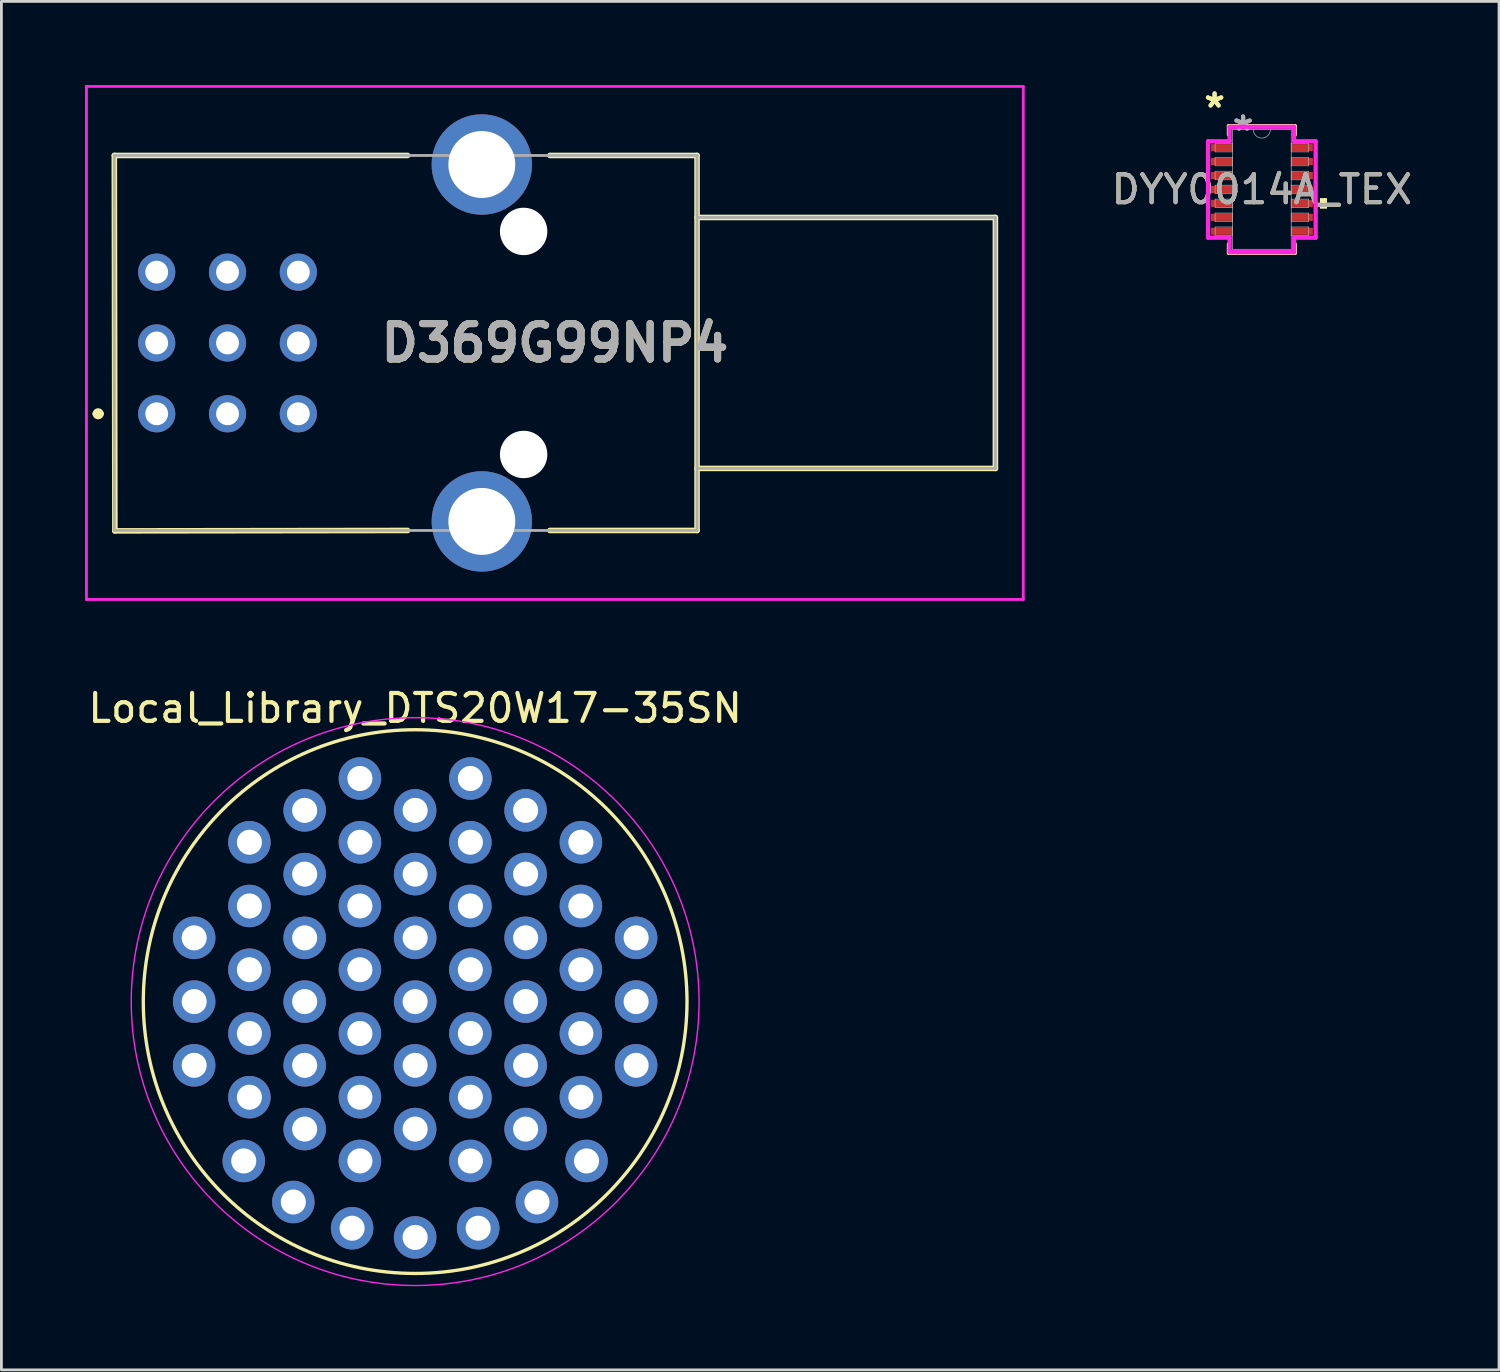
<source format=kicad_pcb>
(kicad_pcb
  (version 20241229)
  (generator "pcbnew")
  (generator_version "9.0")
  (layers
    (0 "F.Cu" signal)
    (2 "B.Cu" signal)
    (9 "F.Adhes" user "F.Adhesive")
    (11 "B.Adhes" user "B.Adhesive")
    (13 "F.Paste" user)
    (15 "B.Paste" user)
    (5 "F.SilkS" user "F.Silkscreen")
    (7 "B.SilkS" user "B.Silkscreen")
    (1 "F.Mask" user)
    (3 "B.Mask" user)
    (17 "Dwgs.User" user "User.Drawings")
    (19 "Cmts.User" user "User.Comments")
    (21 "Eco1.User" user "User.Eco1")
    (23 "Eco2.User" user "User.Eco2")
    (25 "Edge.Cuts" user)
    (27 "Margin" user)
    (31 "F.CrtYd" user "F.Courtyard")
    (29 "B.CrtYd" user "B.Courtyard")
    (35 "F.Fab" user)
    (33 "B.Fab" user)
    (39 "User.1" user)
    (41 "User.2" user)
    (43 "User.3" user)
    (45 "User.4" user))
  (footprint "D369G99NP4"
    (layer "F.Cu")
    (at 2.57 11.79)
    (property "Reference" "D369G99NP4" (at 14.28 -2.54 0) (layer "F.SilkS") (effects (font (size 1.27 1.27) (thickness 0.254))))
    (attr through_hole)
    (fp_line (start -2.2 0) (end -2.2 0) (stroke (width 0.2) (type solid)) (layer "F.SilkS"))
    (fp_line (start -2 0) (end -2 0) (stroke (width 0.2) (type solid)) (layer "F.SilkS"))
    (fp_line (start -1.52 -9.265) (end -1.5 4.2) (stroke (width 0.2) (type solid)) (layer "F.SilkS"))
    (fp_line (start -1.5 4.2) (end 9 4.185) (stroke (width 0.2) (type solid)) (layer "F.SilkS"))
    (fp_line (start 9 -9.265) (end -1.52 -9.265) (stroke (width 0.2) (type solid)) (layer "F.SilkS"))
    (fp_line (start 14.1 -9.265) (end 19.38 -9.265) (stroke (width 0.2) (type solid)) (layer "F.SilkS"))
    (fp_line (start 19.38 -9.265) (end 19.38 4.185) (stroke (width 0.2) (type solid)) (layer "F.SilkS"))
    (fp_line (start 19.38 -7.04) (end 30.08 -7.04) (stroke (width 0.2) (type solid)) (layer "F.SilkS"))
    (fp_line (start 19.38 4.185) (end 14.1 4.185) (stroke (width 0.2) (type solid)) (layer "F.SilkS"))
    (fp_line (start 30.08 -7.04) (end 30.08 1.96) (stroke (width 0.2) (type solid)) (layer "F.SilkS"))
    (fp_line (start 30.08 1.96) (end 19.38 1.96) (stroke (width 0.2) (type solid)) (layer "F.SilkS"))
    (fp_arc (start -2.2 0) (mid -2.1 -0.1) (end -2 0) (stroke (width 0.2) (type solid)) (layer "F.SilkS"))
    (fp_arc (start -2 0) (mid -2.1 0.1) (end -2.2 0) (stroke (width 0.2) (type solid)) (layer "F.SilkS"))
    (fp_line (start -2.52 -11.74) (end 31.08 -11.74) (stroke (width 0.1) (type solid)) (layer "F.CrtYd"))
    (fp_line (start -2.52 6.66) (end -2.52 -11.74) (stroke (width 0.1) (type solid)) (layer "F.CrtYd"))
    (fp_line (start 31.08 -11.74) (end 31.08 6.66) (stroke (width 0.1) (type solid)) (layer "F.CrtYd"))
    (fp_line (start 31.08 6.66) (end -2.52 6.66) (stroke (width 0.1) (type solid)) (layer "F.CrtYd"))
    (fp_line (start -1.52 -9.265) (end 19.38 -9.265) (stroke (width 0.1) (type solid)) (layer "F.Fab"))
    (fp_line (start -1.52 4.185) (end -1.52 -9.265) (stroke (width 0.1) (type solid)) (layer "F.Fab"))
    (fp_line (start 19.38 -9.265) (end 19.38 4.185) (stroke (width 0.1) (type solid)) (layer "F.Fab"))
    (fp_line (start 19.38 -7.04) (end 30.08 -7.04) (stroke (width 0.1) (type solid)) (layer "F.Fab"))
    (fp_line (start 19.38 4.185) (end -1.52 4.185) (stroke (width 0.1) (type solid)) (layer "F.Fab"))
    (fp_line (start 30.08 -7.04) (end 30.08 1.96) (stroke (width 0.1) (type solid)) (layer "F.Fab"))
    (fp_line (start 30.08 1.96) (end 19.38 1.96) (stroke (width 0.1) (type solid)) (layer "F.Fab"))
    (fp_text user "${REFERENCE}" (at 14.28 -2.54 0) (layer "F.Fab") (effects (font (size 1.27 1.27) (thickness 0.254))))
    (pad "" np_thru_hole circle (at 13.16 -6.54) (size 1.7 1.7) (drill 1.7) (layers "*.Cu" "*.Mask"))
    (pad "" np_thru_hole circle (at 13.16 1.46) (size 1.7 1.7) (drill 1.7) (layers "*.Cu" "*.Mask"))
    (pad "1" thru_hole circle (at 0 0) (size 1.333 1.333) (drill 0.82) (layers "*.Cu" "*.Mask"))
    (pad "2" thru_hole circle (at 0 -2.54) (size 1.333 1.333) (drill 0.82) (layers "*.Cu" "*.Mask"))
    (pad "3" thru_hole circle (at 0 -5.08) (size 1.333 1.333) (drill 0.82) (layers "*.Cu" "*.Mask"))
    (pad "4" thru_hole circle (at 2.54 0) (size 1.333 1.333) (drill 0.82) (layers "*.Cu" "*.Mask"))
    (pad "5" thru_hole circle (at 2.54 -2.54) (size 1.333 1.333) (drill 0.82) (layers "*.Cu" "*.Mask"))
    (pad "6" thru_hole circle (at 2.54 -5.08) (size 1.333 1.333) (drill 0.82) (layers "*.Cu" "*.Mask"))
    (pad "7" thru_hole circle (at 5.08 0) (size 1.333 1.333) (drill 0.82) (layers "*.Cu" "*.Mask"))
    (pad "8" thru_hole circle (at 5.08 -2.54) (size 1.333 1.333) (drill 0.82) (layers "*.Cu" "*.Mask"))
    (pad "9" thru_hole circle (at 5.08 -5.08) (size 1.333 1.333) (drill 0.82) (layers "*.Cu" "*.Mask"))
    (pad "MH1" thru_hole circle (at 11.66 3.86) (size 3.6 3.6) (drill 2.4) (layers "*.Cu" "*.Mask"))
    (pad "MH2" thru_hole circle (at 11.66 -8.94) (size 3.6 3.6) (drill 2.4) (layers "*.Cu" "*.Mask")))
  (footprint "DYY0014A_TEX"
    (layer "F.Cu")
    (at 42.206 3.745)
    (property "Reference" "DYY0014A_TEX" (at 0 0 0) (unlocked yes) (layer "F.SilkS") (effects (font (size 1 1) (thickness 0.15))))
    (attr smd)
    (fp_line (start -1.181 -2.273) (end -1.181 -1.96) (stroke (width 0.152) (type solid)) (layer "F.SilkS"))
    (fp_line (start -1.181 1.96) (end -1.181 2.273) (stroke (width 0.152) (type solid)) (layer "F.SilkS"))
    (fp_line (start -1.181 2.273) (end 1.181 2.273) (stroke (width 0.152) (type solid)) (layer "F.SilkS"))
    (fp_line (start 1.181 -2.273) (end -1.181 -2.273) (stroke (width 0.152) (type solid)) (layer "F.SilkS"))
    (fp_line (start 1.181 -1.96) (end 1.181 -2.273) (stroke (width 0.152) (type solid)) (layer "F.SilkS"))
    (fp_line (start 1.181 2.273) (end 1.181 1.96) (stroke (width 0.152) (type solid)) (layer "F.SilkS"))
    (fp_poly (pts (xy 2.337 0.309) (xy 2.337 0.69) (xy 2.083 0.69) (xy 2.083 0.309)) (stroke (width 0) (type solid)) (fill yes) (layer "F.SilkS"))
    (fp_line (start -1.93 -1.729) (end -1.156 -1.729) (stroke (width 0.152) (type solid)) (layer "F.CrtYd"))
    (fp_line (start -1.93 1.729) (end -1.93 -1.729) (stroke (width 0.152) (type solid)) (layer "F.CrtYd"))
    (fp_line (start -1.93 1.729) (end -1.156 1.729) (stroke (width 0.152) (type solid)) (layer "F.CrtYd"))
    (fp_line (start -1.156 -2.248) (end 1.156 -2.248) (stroke (width 0.152) (type solid)) (layer "F.CrtYd"))
    (fp_line (start -1.156 -1.729) (end -1.156 -2.248) (stroke (width 0.152) (type solid)) (layer "F.CrtYd"))
    (fp_line (start -1.156 2.248) (end -1.156 1.729) (stroke (width 0.152) (type solid)) (layer "F.CrtYd"))
    (fp_line (start 1.156 -2.248) (end 1.156 -1.729) (stroke (width 0.152) (type solid)) (layer "F.CrtYd"))
    (fp_line (start 1.156 1.729) (end 1.156 2.248) (stroke (width 0.152) (type solid)) (layer "F.CrtYd"))
    (fp_line (start 1.156 2.248) (end -1.156 2.248) (stroke (width 0.152) (type solid)) (layer "F.CrtYd"))
    (fp_line (start 1.93 -1.729) (end 1.156 -1.729) (stroke (width 0.152) (type solid)) (layer "F.CrtYd"))
    (fp_line (start 1.93 -1.729) (end 1.93 1.729) (stroke (width 0.152) (type solid)) (layer "F.CrtYd"))
    (fp_line (start 1.93 1.729) (end 1.156 1.729) (stroke (width 0.152) (type solid)) (layer "F.CrtYd"))
    (fp_line (start -1.676 -1.652) (end -1.676 -1.348) (stroke (width 0.025) (type solid)) (layer "F.Fab"))
    (fp_line (start -1.676 -1.348) (end -1.054 -1.348) (stroke (width 0.025) (type solid)) (layer "F.Fab"))
    (fp_line (start -1.676 -1.152) (end -1.676 -0.848) (stroke (width 0.025) (type solid)) (layer "F.Fab"))
    (fp_line (start -1.676 -0.848) (end -1.054 -0.848) (stroke (width 0.025) (type solid)) (layer "F.Fab"))
    (fp_line (start -1.676 -0.652) (end -1.676 -0.348) (stroke (width 0.025) (type solid)) (layer "F.Fab"))
    (fp_line (start -1.676 -0.348) (end -1.054 -0.348) (stroke (width 0.025) (type solid)) (layer "F.Fab"))
    (fp_line (start -1.676 -0.152) (end -1.676 0.152) (stroke (width 0.025) (type solid)) (layer "F.Fab"))
    (fp_line (start -1.676 0.152) (end -1.054 0.152) (stroke (width 0.025) (type solid)) (layer "F.Fab"))
    (fp_line (start -1.676 0.348) (end -1.676 0.652) (stroke (width 0.025) (type solid)) (layer "F.Fab"))
    (fp_line (start -1.676 0.652) (end -1.054 0.652) (stroke (width 0.025) (type solid)) (layer "F.Fab"))
    (fp_line (start -1.676 0.848) (end -1.676 1.152) (stroke (width 0.025) (type solid)) (layer "F.Fab"))
    (fp_line (start -1.676 1.152) (end -1.054 1.152) (stroke (width 0.025) (type solid)) (layer "F.Fab"))
    (fp_line (start -1.676 1.348) (end -1.676 1.652) (stroke (width 0.025) (type solid)) (layer "F.Fab"))
    (fp_line (start -1.676 1.652) (end -1.054 1.652) (stroke (width 0.025) (type solid)) (layer "F.Fab"))
    (fp_line (start -1.054 -2.146) (end -1.054 2.146) (stroke (width 0.025) (type solid)) (layer "F.Fab"))
    (fp_line (start -1.054 -1.652) (end -1.676 -1.652) (stroke (width 0.025) (type solid)) (layer "F.Fab"))
    (fp_line (start -1.054 -1.348) (end -1.054 -1.652) (stroke (width 0.025) (type solid)) (layer "F.Fab"))
    (fp_line (start -1.054 -1.152) (end -1.676 -1.152) (stroke (width 0.025) (type solid)) (layer "F.Fab"))
    (fp_line (start -1.054 -0.848) (end -1.054 -1.152) (stroke (width 0.025) (type solid)) (layer "F.Fab"))
    (fp_line (start -1.054 -0.652) (end -1.676 -0.652) (stroke (width 0.025) (type solid)) (layer "F.Fab"))
    (fp_line (start -1.054 -0.348) (end -1.054 -0.652) (stroke (width 0.025) (type solid)) (layer "F.Fab"))
    (fp_line (start -1.054 -0.152) (end -1.676 -0.152) (stroke (width 0.025) (type solid)) (layer "F.Fab"))
    (fp_line (start -1.054 0.152) (end -1.054 -0.152) (stroke (width 0.025) (type solid)) (layer "F.Fab"))
    (fp_line (start -1.054 0.348) (end -1.676 0.348) (stroke (width 0.025) (type solid)) (layer "F.Fab"))
    (fp_line (start -1.054 0.652) (end -1.054 0.348) (stroke (width 0.025) (type solid)) (layer "F.Fab"))
    (fp_line (start -1.054 0.848) (end -1.676 0.848) (stroke (width 0.025) (type solid)) (layer "F.Fab"))
    (fp_line (start -1.054 1.152) (end -1.054 0.848) (stroke (width 0.025) (type solid)) (layer "F.Fab"))
    (fp_line (start -1.054 1.348) (end -1.676 1.348) (stroke (width 0.025) (type solid)) (layer "F.Fab"))
    (fp_line (start -1.054 1.652) (end -1.054 1.348) (stroke (width 0.025) (type solid)) (layer "F.Fab"))
    (fp_line (start -1.054 2.146) (end 1.054 2.146) (stroke (width 0.025) (type solid)) (layer "F.Fab"))
    (fp_line (start 1.054 -2.146) (end -1.054 -2.146) (stroke (width 0.025) (type solid)) (layer "F.Fab"))
    (fp_line (start 1.054 -1.652) (end 1.054 -1.348) (stroke (width 0.025) (type solid)) (layer "F.Fab"))
    (fp_line (start 1.054 -1.348) (end 1.676 -1.348) (stroke (width 0.025) (type solid)) (layer "F.Fab"))
    (fp_line (start 1.054 -1.152) (end 1.054 -0.848) (stroke (width 0.025) (type solid)) (layer "F.Fab"))
    (fp_line (start 1.054 -0.848) (end 1.676 -0.848) (stroke (width 0.025) (type solid)) (layer "F.Fab"))
    (fp_line (start 1.054 -0.652) (end 1.054 -0.348) (stroke (width 0.025) (type solid)) (layer "F.Fab"))
    (fp_line (start 1.054 -0.348) (end 1.676 -0.348) (stroke (width 0.025) (type solid)) (layer "F.Fab"))
    (fp_line (start 1.054 -0.152) (end 1.054 0.152) (stroke (width 0.025) (type solid)) (layer "F.Fab"))
    (fp_line (start 1.054 0.152) (end 1.676 0.152) (stroke (width 0.025) (type solid)) (layer "F.Fab"))
    (fp_line (start 1.054 0.348) (end 1.054 0.652) (stroke (width 0.025) (type solid)) (layer "F.Fab"))
    (fp_line (start 1.054 0.652) (end 1.676 0.652) (stroke (width 0.025) (type solid)) (layer "F.Fab"))
    (fp_line (start 1.054 0.848) (end 1.054 1.152) (stroke (width 0.025) (type solid)) (layer "F.Fab"))
    (fp_line (start 1.054 1.152) (end 1.676 1.152) (stroke (width 0.025) (type solid)) (layer "F.Fab"))
    (fp_line (start 1.054 1.348) (end 1.054 1.652) (stroke (width 0.025) (type solid)) (layer "F.Fab"))
    (fp_line (start 1.054 1.652) (end 1.676 1.652) (stroke (width 0.025) (type solid)) (layer "F.Fab"))
    (fp_line (start 1.054 2.146) (end 1.054 -2.146) (stroke (width 0.025) (type solid)) (layer "F.Fab"))
    (fp_line (start 1.676 -1.652) (end 1.054 -1.652) (stroke (width 0.025) (type solid)) (layer "F.Fab"))
    (fp_line (start 1.676 -1.348) (end 1.676 -1.652) (stroke (width 0.025) (type solid)) (layer "F.Fab"))
    (fp_line (start 1.676 -1.152) (end 1.054 -1.152) (stroke (width 0.025) (type solid)) (layer "F.Fab"))
    (fp_line (start 1.676 -0.848) (end 1.676 -1.152) (stroke (width 0.025) (type solid)) (layer "F.Fab"))
    (fp_line (start 1.676 -0.652) (end 1.054 -0.652) (stroke (width 0.025) (type solid)) (layer "F.Fab"))
    (fp_line (start 1.676 -0.348) (end 1.676 -0.652) (stroke (width 0.025) (type solid)) (layer "F.Fab"))
    (fp_line (start 1.676 -0.152) (end 1.054 -0.152) (stroke (width 0.025) (type solid)) (layer "F.Fab"))
    (fp_line (start 1.676 0.152) (end 1.676 -0.152) (stroke (width 0.025) (type solid)) (layer "F.Fab"))
    (fp_line (start 1.676 0.348) (end 1.054 0.348) (stroke (width 0.025) (type solid)) (layer "F.Fab"))
    (fp_line (start 1.676 0.652) (end 1.676 0.348) (stroke (width 0.025) (type solid)) (layer "F.Fab"))
    (fp_line (start 1.676 0.848) (end 1.054 0.848) (stroke (width 0.025) (type solid)) (layer "F.Fab"))
    (fp_line (start 1.676 1.152) (end 1.676 0.848) (stroke (width 0.025) (type solid)) (layer "F.Fab"))
    (fp_line (start 1.676 1.348) (end 1.054 1.348) (stroke (width 0.025) (type solid)) (layer "F.Fab"))
    (fp_line (start 1.676 1.652) (end 1.676 1.348) (stroke (width 0.025) (type solid)) (layer "F.Fab"))
    (fp_arc (start 0.3048 -2.1463) (mid 0 -1.8415) (end -0.3048 -2.1463) (stroke (width 0.0254) (type solid)) (layer "F.Fab"))
    (fp_text user "*" (at -1.695 -2.897 0) (unlocked yes) (layer "F.SilkS") (effects (font (size 1 1) (thickness 0.15))))
    (fp_text user "*" (at -1.695 -2.897 0) (layer "F.SilkS") (effects (font (size 1 1) (thickness 0.15))))
    (fp_text user "*" (at -0.673 -2.07 0) (layer "F.Fab") (effects (font (size 1 1) (thickness 0.15))))
    (fp_text user "${REFERENCE}" (at 0 0 0) (unlocked yes) (layer "F.Fab") (effects (font (size 1 1) (thickness 0.15))))
    (fp_text user "*" (at -0.673 -2.07 0) (unlocked yes) (layer "F.Fab") (effects (font (size 1 1) (thickness 0.15))))
    (pad "1" smd rect (at -1.441 -1.5) (size 0.775 0.254) (layers "F.Cu" "F.Mask" "F.Paste"))
    (pad "2" smd rect (at -1.441 -1) (size 0.775 0.254) (layers "F.Cu" "F.Mask" "F.Paste"))
    (pad "3" smd rect (at -1.441 -0.5) (size 0.775 0.254) (layers "F.Cu" "F.Mask" "F.Paste"))
    (pad "4" smd rect (at -1.441 0) (size 0.775 0.254) (layers "F.Cu" "F.Mask" "F.Paste"))
    (pad "5" smd rect (at -1.441 0.5) (size 0.775 0.254) (layers "F.Cu" "F.Mask" "F.Paste"))
    (pad "6" smd rect (at -1.441 1) (size 0.775 0.254) (layers "F.Cu" "F.Mask" "F.Paste"))
    (pad "7" smd rect (at -1.441 1.5) (size 0.775 0.254) (layers "F.Cu" "F.Mask" "F.Paste"))
    (pad "8" smd rect (at 1.441 1.5) (size 0.775 0.254) (layers "F.Cu" "F.Mask" "F.Paste"))
    (pad "9" smd rect (at 1.441 1) (size 0.775 0.254) (layers "F.Cu" "F.Mask" "F.Paste"))
    (pad "10" smd rect (at 1.441 0.5) (size 0.775 0.254) (layers "F.Cu" "F.Mask" "F.Paste"))
    (pad "11" smd rect (at 1.441 0) (size 0.775 0.254) (layers "F.Cu" "F.Mask" "F.Paste"))
    (pad "12" smd rect (at 1.441 -0.5) (size 0.775 0.254) (layers "F.Cu" "F.Mask" "F.Paste"))
    (pad "13" smd rect (at 1.441 -1) (size 0.775 0.254) (layers "F.Cu" "F.Mask" "F.Paste"))
    (pad "14" smd rect (at 1.441 -1.5) (size 0.775 0.254) (layers "F.Cu" "F.Mask" "F.Paste")))
  (footprint "Local_Library_DTS20W17-35SN"
    (layer "F.Cu")
    (at 11.839 32.872)
    (property "Reference" "Local_Library_DTS20W17-35SN" (at 0 -10.524 180) (layer "F.SilkS") (effects (font (size 1 1) (thickness 0.15))))
    (attr through_hole)
    (fp_circle (center 0 0) (end 9.75 0) (stroke (width 0.12) (type solid)) (fill no) (layer "F.SilkS"))
    (fp_circle (center 0 0) (end 7.2 7.2) (stroke (width 0.05) (type default)) (fill no) (layer "F.CrtYd"))
    (pad "1" thru_hole circle (at -7.925 2.286) (size 1.524 1.524) (drill 0.9) (layers "*.Cu" "*.Mask"))
    (pad "2" thru_hole circle (at -7.925 0) (size 1.524 1.524) (drill 0.9) (layers "*.Cu" "*.Mask"))
    (pad "3" thru_hole circle (at -7.925 -2.286) (size 1.524 1.524) (drill 0.9) (layers "*.Cu" "*.Mask"))
    (pad "4" thru_hole circle (at -6.147 5.715) (size 1.524 1.524) (drill 0.9) (layers "*.Cu" "*.Mask"))
    (pad "5" thru_hole circle (at -5.944 3.429) (size 1.524 1.524) (drill 0.9) (layers "*.Cu" "*.Mask"))
    (pad "6" thru_hole circle (at -5.944 1.143) (size 1.524 1.524) (drill 0.9) (layers "*.Cu" "*.Mask"))
    (pad "7" thru_hole circle (at -5.944 -1.143) (size 1.524 1.524) (drill 0.9) (layers "*.Cu" "*.Mask"))
    (pad "8" thru_hole circle (at -5.944 -3.429) (size 1.524 1.524) (drill 0.9) (layers "*.Cu" "*.Mask"))
    (pad "9" thru_hole circle (at -5.944 -5.715) (size 1.524 1.524) (drill 0.9) (layers "*.Cu" "*.Mask"))
    (pad "10" thru_hole circle (at -4.369 7.188) (size 1.524 1.524) (drill 0.9) (layers "*.Cu" "*.Mask"))
    (pad "11" thru_hole circle (at -3.962 4.572) (size 1.524 1.524) (drill 0.9) (layers "*.Cu" "*.Mask"))
    (pad "12" thru_hole circle (at -3.962 2.286) (size 1.524 1.524) (drill 0.9) (layers "*.Cu" "*.Mask"))
    (pad "13" thru_hole circle (at -3.962 0) (size 1.524 1.524) (drill 0.9) (layers "*.Cu" "*.Mask"))
    (pad "14" thru_hole circle (at -3.962 -2.286) (size 1.524 1.524) (drill 0.9) (layers "*.Cu" "*.Mask"))
    (pad "15" thru_hole circle (at -3.962 -4.572) (size 1.524 1.524) (drill 0.9) (layers "*.Cu" "*.Mask"))
    (pad "16" thru_hole circle (at -3.962 -6.858) (size 1.524 1.524) (drill 0.9) (layers "*.Cu" "*.Mask"))
    (pad "17" thru_hole circle (at -2.261 8.128) (size 1.524 1.524) (drill 0.9) (layers "*.Cu" "*.Mask"))
    (pad "18" thru_hole circle (at -1.981 5.715) (size 1.524 1.524) (drill 0.9) (layers "*.Cu" "*.Mask"))
    (pad "19" thru_hole circle (at -1.981 3.429) (size 1.524 1.524) (drill 0.9) (layers "*.Cu" "*.Mask"))
    (pad "20" thru_hole circle (at -1.981 1.143) (size 1.524 1.524) (drill 0.9) (layers "*.Cu" "*.Mask"))
    (pad "21" thru_hole circle (at -1.981 -1.143) (size 1.524 1.524) (drill 0.9) (layers "*.Cu" "*.Mask"))
    (pad "22" thru_hole circle (at -1.981 -3.429) (size 1.524 1.524) (drill 0.9) (layers "*.Cu" "*.Mask"))
    (pad "23" thru_hole circle (at -1.981 -5.715) (size 1.524 1.524) (drill 0.9) (layers "*.Cu" "*.Mask"))
    (pad "24" thru_hole circle (at -1.981 -8.001) (size 1.524 1.524) (drill 0.9) (layers "*.Cu" "*.Mask"))
    (pad "25" thru_hole circle (at 0 8.458) (size 1.524 1.524) (drill 0.9) (layers "*.Cu" "*.Mask"))
    (pad "26" thru_hole circle (at 0 4.572) (size 1.524 1.524) (drill 0.9) (layers "*.Cu" "*.Mask"))
    (pad "27" thru_hole circle (at 0 2.286) (size 1.524 1.524) (drill 0.9) (layers "*.Cu" "*.Mask"))
    (pad "28" thru_hole circle (at 0 0) (size 1.524 1.524) (drill 0.9) (layers "*.Cu" "*.Mask"))
    (pad "29" thru_hole circle (at 0 -2.286) (size 1.524 1.524) (drill 0.9) (layers "*.Cu" "*.Mask"))
    (pad "30" thru_hole circle (at 0 -4.572) (size 1.524 1.524) (drill 0.9) (layers "*.Cu" "*.Mask"))
    (pad "31" thru_hole circle (at 0 -6.858) (size 1.524 1.524) (drill 0.9) (layers "*.Cu" "*.Mask"))
    (pad "32" thru_hole circle (at 2.261 8.128) (size 1.524 1.524) (drill 0.9) (layers "*.Cu" "*.Mask"))
    (pad "33" thru_hole circle (at 1.981 5.715) (size 1.524 1.524) (drill 0.9) (layers "*.Cu" "*.Mask"))
    (pad "34" thru_hole circle (at 1.981 3.429) (size 1.524 1.524) (drill 0.9) (layers "*.Cu" "*.Mask"))
    (pad "35" thru_hole circle (at 1.981 1.143) (size 1.524 1.524) (drill 0.9) (layers "*.Cu" "*.Mask"))
    (pad "36" thru_hole circle (at 1.981 -1.143) (size 1.524 1.524) (drill 0.9) (layers "*.Cu" "*.Mask"))
    (pad "37" thru_hole circle (at 1.981 -3.429) (size 1.524 1.524) (drill 0.9) (layers "*.Cu" "*.Mask"))
    (pad "38" thru_hole circle (at 1.981 -5.715) (size 1.524 1.524) (drill 0.9) (layers "*.Cu" "*.Mask"))
    (pad "39" thru_hole circle (at 1.981 -8.001) (size 1.524 1.524) (drill 0.9) (layers "*.Cu" "*.Mask"))
    (pad "40" thru_hole circle (at 4.369 7.188) (size 1.524 1.524) (drill 0.9) (layers "*.Cu" "*.Mask"))
    (pad "41" thru_hole circle (at 3.962 4.572) (size 1.524 1.524) (drill 0.9) (layers "*.Cu" "*.Mask"))
    (pad "42" thru_hole circle (at 3.962 2.286) (size 1.524 1.524) (drill 0.9) (layers "*.Cu" "*.Mask"))
    (pad "43" thru_hole circle (at 3.962 0) (size 1.524 1.524) (drill 0.9) (layers "*.Cu" "*.Mask"))
    (pad "44" thru_hole circle (at 3.962 -2.286) (size 1.524 1.524) (drill 0.9) (layers "*.Cu" "*.Mask"))
    (pad "45" thru_hole circle (at 3.962 -4.572) (size 1.524 1.524) (drill 0.9) (layers "*.Cu" "*.Mask"))
    (pad "46" thru_hole circle (at 3.962 -6.858) (size 1.524 1.524) (drill 0.9) (layers "*.Cu" "*.Mask"))
    (pad "47" thru_hole circle (at 6.147 5.715) (size 1.524 1.524) (drill 0.9) (layers "*.Cu" "*.Mask"))
    (pad "48" thru_hole circle (at 5.944 3.429) (size 1.524 1.524) (drill 0.9) (layers "*.Cu" "*.Mask"))
    (pad "49" thru_hole circle (at 5.944 1.143) (size 1.524 1.524) (drill 0.9) (layers "*.Cu" "*.Mask"))
    (pad "50" thru_hole circle (at 5.944 -1.143) (size 1.524 1.524) (drill 0.9) (layers "*.Cu" "*.Mask"))
    (pad "51" thru_hole circle (at 5.944 -3.429) (size 1.524 1.524) (drill 0.9) (layers "*.Cu" "*.Mask"))
    (pad "52" thru_hole circle (at 5.944 -5.715) (size 1.524 1.524) (drill 0.9) (layers "*.Cu" "*.Mask"))
    (pad "53" thru_hole circle (at 7.925 2.286) (size 1.524 1.524) (drill 0.9) (layers "*.Cu" "*.Mask"))
    (pad "54" thru_hole circle (at 7.925 0) (size 1.524 1.524) (drill 0.9) (layers "*.Cu" "*.Mask"))
    (pad "55" thru_hole circle (at 7.925 -2.286) (size 1.524 1.524) (drill 0.9) (layers "*.Cu" "*.Mask")))
  (gr_rect
    (start -3 -3)
    (end 50.712 46.079)
    (stroke (width 0.1) (type default))
    (fill no)
    (layer "Edge.Cuts")))
</source>
